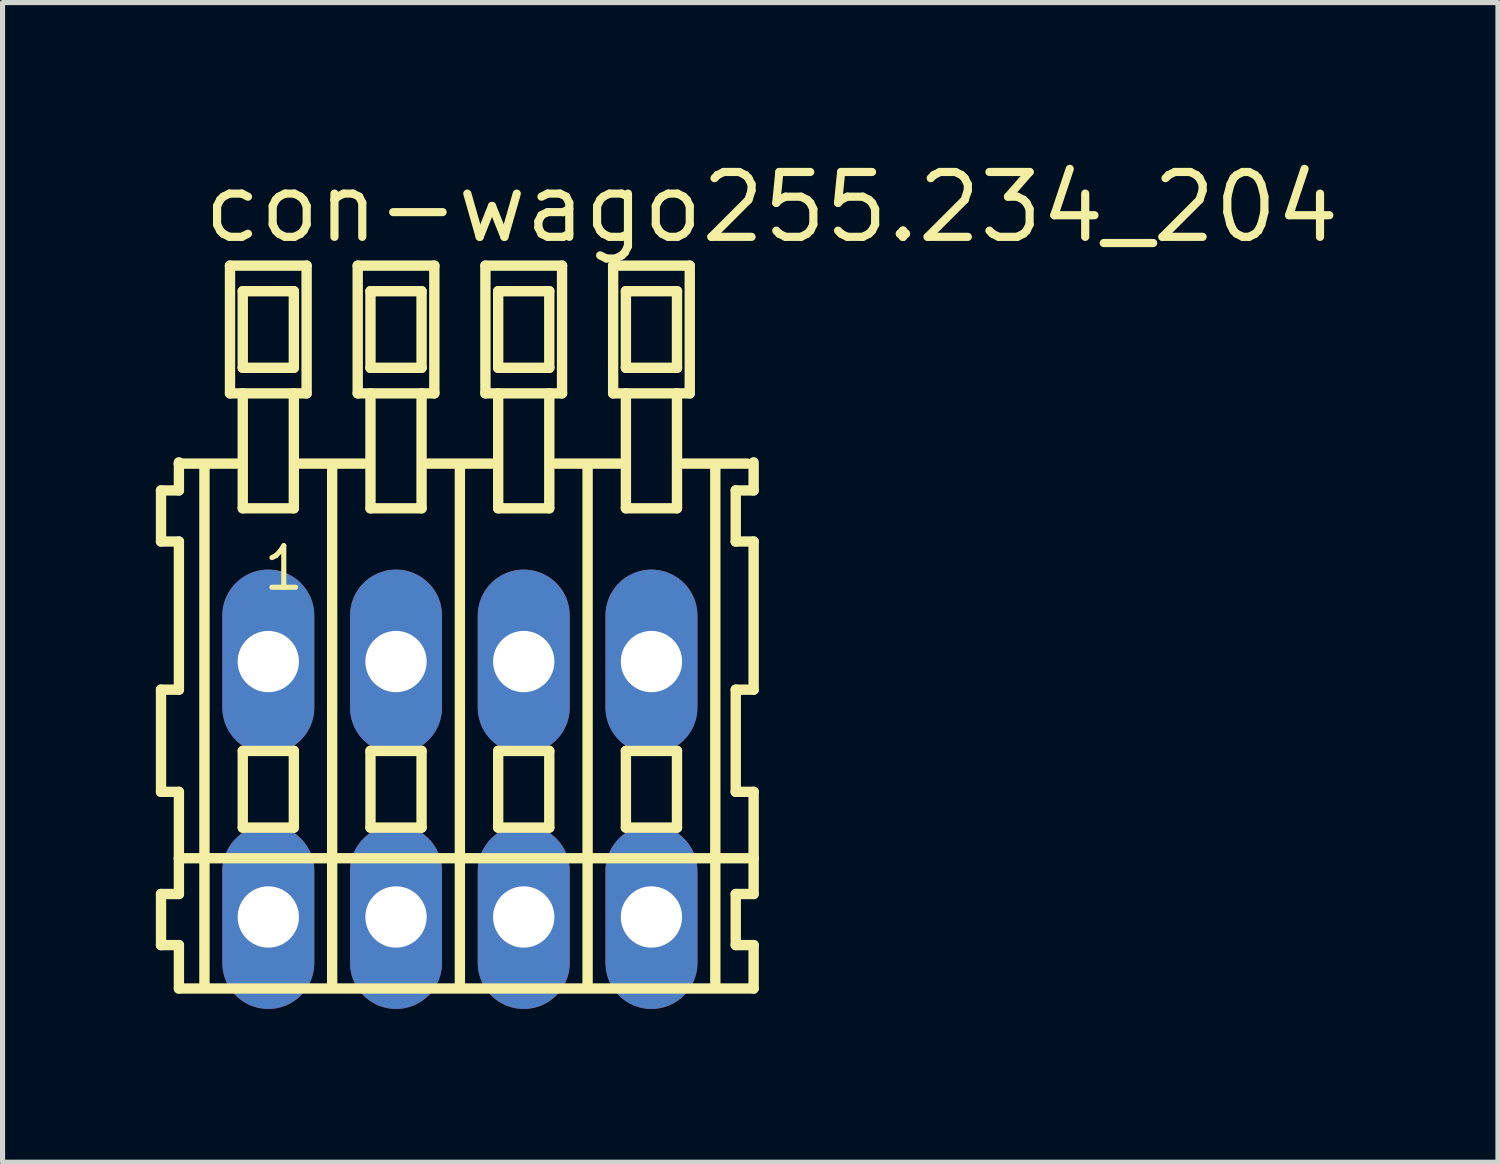
<source format=kicad_pcb>
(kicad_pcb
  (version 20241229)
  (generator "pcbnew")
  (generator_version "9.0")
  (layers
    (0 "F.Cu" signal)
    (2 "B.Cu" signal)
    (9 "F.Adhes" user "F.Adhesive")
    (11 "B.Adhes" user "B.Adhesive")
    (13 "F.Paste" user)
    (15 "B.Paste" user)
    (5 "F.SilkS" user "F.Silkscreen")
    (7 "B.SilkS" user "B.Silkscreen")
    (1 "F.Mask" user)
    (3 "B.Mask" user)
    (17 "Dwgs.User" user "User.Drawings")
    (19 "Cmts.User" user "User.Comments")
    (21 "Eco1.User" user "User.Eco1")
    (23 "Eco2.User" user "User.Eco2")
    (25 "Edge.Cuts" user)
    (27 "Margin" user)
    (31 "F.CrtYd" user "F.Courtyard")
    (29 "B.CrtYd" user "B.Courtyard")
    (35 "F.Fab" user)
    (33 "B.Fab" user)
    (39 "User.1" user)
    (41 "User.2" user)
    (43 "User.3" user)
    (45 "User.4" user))
  (footprint "con-wago255.234_204"
    (layer "F.Cu")
    (at 5.952 12.4)
    (property "Reference" "con-wago255.234_204" (at -5.1 -10.65 0) (layer "F.SilkS") (effects (font (size 1.27 1.27) (thickness 0.16)) (justify left bottom)))
    (attr through_hole)
    (fp_line (start -5.85 -5.85) (end -5.85 -4.85) (stroke (width 0.203) (type default)) (layer "F.SilkS"))
    (fp_line (start -5.85 -4.85) (end -5.5 -4.85) (stroke (width 0.203) (type default)) (layer "F.SilkS"))
    (fp_line (start -5.85 -1.95) (end -5.85 0.05) (stroke (width 0.203) (type default)) (layer "F.SilkS"))
    (fp_line (start -5.85 0.05) (end -5.5 0.05) (stroke (width 0.203) (type default)) (layer "F.SilkS"))
    (fp_line (start -5.85 2.05) (end -5.85 3.05) (stroke (width 0.203) (type default)) (layer "F.SilkS"))
    (fp_line (start -5.85 3.05) (end -5.5 3.05) (stroke (width 0.203) (type default)) (layer "F.SilkS"))
    (fp_line (start -5.5 -6.4) (end -5.5 -6.375) (stroke (width 0.203) (type default)) (layer "F.SilkS"))
    (fp_line (start -5.5 -6.375) (end -5.5 -5.85) (stroke (width 0.203) (type default)) (layer "F.SilkS"))
    (fp_line (start -5.5 -6.375) (end -4.375 -6.375) (stroke (width 0.203) (type default)) (layer "F.SilkS"))
    (fp_line (start -5.5 -5.85) (end -5.85 -5.85) (stroke (width 0.203) (type default)) (layer "F.SilkS"))
    (fp_line (start -5.5 -4.85) (end -5.5 -1.95) (stroke (width 0.203) (type default)) (layer "F.SilkS"))
    (fp_line (start -5.5 -1.95) (end -5.85 -1.95) (stroke (width 0.203) (type default)) (layer "F.SilkS"))
    (fp_line (start -5.5 0.05) (end -5.5 1.35) (stroke (width 0.203) (type default)) (layer "F.SilkS"))
    (fp_line (start -5.5 1.35) (end -5.5 2.05) (stroke (width 0.203) (type default)) (layer "F.SilkS"))
    (fp_line (start -5.5 1.35) (end 5.75 1.35) (stroke (width 0.203) (type default)) (layer "F.SilkS"))
    (fp_line (start -5.5 2.05) (end -5.85 2.05) (stroke (width 0.203) (type default)) (layer "F.SilkS"))
    (fp_line (start -5.5 3.05) (end -5.5 3.9) (stroke (width 0.203) (type default)) (layer "F.SilkS"))
    (fp_line (start -5.5 3.9) (end 5.75 3.9) (stroke (width 0.203) (type default)) (layer "F.SilkS"))
    (fp_line (start -5 -6.35) (end -5 3.8) (stroke (width 0.203) (type default)) (layer "F.SilkS"))
    (fp_line (start -4.5 -10.25) (end -4.5 -7.75) (stroke (width 0.203) (type default)) (layer "F.SilkS"))
    (fp_line (start -4.5 -7.75) (end -4.25 -7.75) (stroke (width 0.203) (type default)) (layer "F.SilkS"))
    (fp_line (start -4.25 -9.75) (end -4.25 -8.25) (stroke (width 0.203) (type default)) (layer "F.SilkS"))
    (fp_line (start -4.25 -8.25) (end -3.25 -8.25) (stroke (width 0.203) (type default)) (layer "F.SilkS"))
    (fp_line (start -4.25 -7.75) (end -4.25 -5.5) (stroke (width 0.203) (type default)) (layer "F.SilkS"))
    (fp_line (start -4.25 -7.75) (end -3.25 -7.75) (stroke (width 0.203) (type default)) (layer "F.SilkS"))
    (fp_line (start -4.25 -5.5) (end -3.25 -5.5) (stroke (width 0.203) (type default)) (layer "F.SilkS"))
    (fp_line (start -4.25 -0.75) (end -4.25 0.75) (stroke (width 0.203) (type default)) (layer "F.SilkS"))
    (fp_line (start -4.25 0.75) (end -3.25 0.75) (stroke (width 0.203) (type default)) (layer "F.SilkS"))
    (fp_line (start -3.25 -9.75) (end -4.25 -9.75) (stroke (width 0.203) (type default)) (layer "F.SilkS"))
    (fp_line (start -3.25 -8.25) (end -3.25 -9.75) (stroke (width 0.203) (type default)) (layer "F.SilkS"))
    (fp_line (start -3.25 -7.75) (end -3 -7.75) (stroke (width 0.203) (type default)) (layer "F.SilkS"))
    (fp_line (start -3.25 -5.5) (end -3.25 -7.75) (stroke (width 0.203) (type default)) (layer "F.SilkS"))
    (fp_line (start -3.25 -0.75) (end -4.25 -0.75) (stroke (width 0.203) (type default)) (layer "F.SilkS"))
    (fp_line (start -3.25 0.75) (end -3.25 -0.75) (stroke (width 0.203) (type default)) (layer "F.SilkS"))
    (fp_line (start -3.125 -6.375) (end -1.875 -6.375) (stroke (width 0.203) (type default)) (layer "F.SilkS"))
    (fp_line (start -3 -10.25) (end -4.5 -10.25) (stroke (width 0.203) (type default)) (layer "F.SilkS"))
    (fp_line (start -3 -7.75) (end -3 -10.25) (stroke (width 0.203) (type default)) (layer "F.SilkS"))
    (fp_line (start -2.5 -6.35) (end -2.5 3.8) (stroke (width 0.203) (type default)) (layer "F.SilkS"))
    (fp_line (start -2 -10.25) (end -2 -7.75) (stroke (width 0.203) (type default)) (layer "F.SilkS"))
    (fp_line (start -2 -7.75) (end -1.75 -7.75) (stroke (width 0.203) (type default)) (layer "F.SilkS"))
    (fp_line (start -1.75 -9.75) (end -1.75 -8.25) (stroke (width 0.203) (type default)) (layer "F.SilkS"))
    (fp_line (start -1.75 -8.25) (end -0.75 -8.25) (stroke (width 0.203) (type default)) (layer "F.SilkS"))
    (fp_line (start -1.75 -7.75) (end -1.75 -5.5) (stroke (width 0.203) (type default)) (layer "F.SilkS"))
    (fp_line (start -1.75 -7.75) (end -0.75 -7.75) (stroke (width 0.203) (type default)) (layer "F.SilkS"))
    (fp_line (start -1.75 -5.5) (end -0.75 -5.5) (stroke (width 0.203) (type default)) (layer "F.SilkS"))
    (fp_line (start -1.75 -0.75) (end -1.75 0.75) (stroke (width 0.203) (type default)) (layer "F.SilkS"))
    (fp_line (start -1.75 0.75) (end -0.75 0.75) (stroke (width 0.203) (type default)) (layer "F.SilkS"))
    (fp_line (start -0.75 -9.75) (end -1.75 -9.75) (stroke (width 0.203) (type default)) (layer "F.SilkS"))
    (fp_line (start -0.75 -8.25) (end -0.75 -9.75) (stroke (width 0.203) (type default)) (layer "F.SilkS"))
    (fp_line (start -0.75 -7.75) (end -0.5 -7.75) (stroke (width 0.203) (type default)) (layer "F.SilkS"))
    (fp_line (start -0.75 -5.5) (end -0.75 -7.75) (stroke (width 0.203) (type default)) (layer "F.SilkS"))
    (fp_line (start -0.75 -0.75) (end -1.75 -0.75) (stroke (width 0.203) (type default)) (layer "F.SilkS"))
    (fp_line (start -0.75 0.75) (end -0.75 -0.75) (stroke (width 0.203) (type default)) (layer "F.SilkS"))
    (fp_line (start -0.625 -6.375) (end 0.625 -6.375) (stroke (width 0.203) (type default)) (layer "F.SilkS"))
    (fp_line (start -0.5 -10.25) (end -2 -10.25) (stroke (width 0.203) (type default)) (layer "F.SilkS"))
    (fp_line (start -0.5 -7.75) (end -0.5 -10.25) (stroke (width 0.203) (type default)) (layer "F.SilkS"))
    (fp_line (start 0 -6.35) (end 0 3.8) (stroke (width 0.203) (type default)) (layer "F.SilkS"))
    (fp_line (start 0.5 -10.25) (end 0.5 -7.75) (stroke (width 0.203) (type default)) (layer "F.SilkS"))
    (fp_line (start 0.5 -7.75) (end 0.75 -7.75) (stroke (width 0.203) (type default)) (layer "F.SilkS"))
    (fp_line (start 0.75 -9.75) (end 0.75 -8.25) (stroke (width 0.203) (type default)) (layer "F.SilkS"))
    (fp_line (start 0.75 -8.25) (end 1.75 -8.25) (stroke (width 0.203) (type default)) (layer "F.SilkS"))
    (fp_line (start 0.75 -7.75) (end 0.75 -5.5) (stroke (width 0.203) (type default)) (layer "F.SilkS"))
    (fp_line (start 0.75 -7.75) (end 1.75 -7.75) (stroke (width 0.203) (type default)) (layer "F.SilkS"))
    (fp_line (start 0.75 -5.5) (end 1.75 -5.5) (stroke (width 0.203) (type default)) (layer "F.SilkS"))
    (fp_line (start 0.75 -0.75) (end 0.75 0.75) (stroke (width 0.203) (type default)) (layer "F.SilkS"))
    (fp_line (start 0.75 0.75) (end 1.75 0.75) (stroke (width 0.203) (type default)) (layer "F.SilkS"))
    (fp_line (start 1.75 -9.75) (end 0.75 -9.75) (stroke (width 0.203) (type default)) (layer "F.SilkS"))
    (fp_line (start 1.75 -8.25) (end 1.75 -9.75) (stroke (width 0.203) (type default)) (layer "F.SilkS"))
    (fp_line (start 1.75 -7.75) (end 2 -7.75) (stroke (width 0.203) (type default)) (layer "F.SilkS"))
    (fp_line (start 1.75 -5.5) (end 1.75 -7.75) (stroke (width 0.203) (type default)) (layer "F.SilkS"))
    (fp_line (start 1.75 -0.75) (end 0.75 -0.75) (stroke (width 0.203) (type default)) (layer "F.SilkS"))
    (fp_line (start 1.75 0.75) (end 1.75 -0.75) (stroke (width 0.203) (type default)) (layer "F.SilkS"))
    (fp_line (start 1.875 -6.375) (end 3.125 -6.375) (stroke (width 0.203) (type default)) (layer "F.SilkS"))
    (fp_line (start 2 -10.25) (end 0.5 -10.25) (stroke (width 0.203) (type default)) (layer "F.SilkS"))
    (fp_line (start 2 -7.75) (end 2 -10.25) (stroke (width 0.203) (type default)) (layer "F.SilkS"))
    (fp_line (start 2.5 -6.35) (end 2.5 3.8) (stroke (width 0.203) (type default)) (layer "F.SilkS"))
    (fp_line (start 3 -10.25) (end 3 -7.75) (stroke (width 0.203) (type default)) (layer "F.SilkS"))
    (fp_line (start 3 -7.75) (end 3.25 -7.75) (stroke (width 0.203) (type default)) (layer "F.SilkS"))
    (fp_line (start 3.25 -9.75) (end 3.25 -8.25) (stroke (width 0.203) (type default)) (layer "F.SilkS"))
    (fp_line (start 3.25 -8.25) (end 4.25 -8.25) (stroke (width 0.203) (type default)) (layer "F.SilkS"))
    (fp_line (start 3.25 -7.75) (end 3.25 -5.5) (stroke (width 0.203) (type default)) (layer "F.SilkS"))
    (fp_line (start 3.25 -7.75) (end 4.25 -7.75) (stroke (width 0.203) (type default)) (layer "F.SilkS"))
    (fp_line (start 3.25 -5.5) (end 4.25 -5.5) (stroke (width 0.203) (type default)) (layer "F.SilkS"))
    (fp_line (start 3.25 -0.75) (end 3.25 0.75) (stroke (width 0.203) (type default)) (layer "F.SilkS"))
    (fp_line (start 3.25 0.75) (end 4.25 0.75) (stroke (width 0.203) (type default)) (layer "F.SilkS"))
    (fp_line (start 4.25 -9.75) (end 3.25 -9.75) (stroke (width 0.203) (type default)) (layer "F.SilkS"))
    (fp_line (start 4.25 -8.25) (end 4.25 -9.75) (stroke (width 0.203) (type default)) (layer "F.SilkS"))
    (fp_line (start 4.25 -7.75) (end 4.5 -7.75) (stroke (width 0.203) (type default)) (layer "F.SilkS"))
    (fp_line (start 4.25 -5.5) (end 4.25 -7.75) (stroke (width 0.203) (type default)) (layer "F.SilkS"))
    (fp_line (start 4.25 -0.75) (end 3.25 -0.75) (stroke (width 0.203) (type default)) (layer "F.SilkS"))
    (fp_line (start 4.25 0.75) (end 4.25 -0.75) (stroke (width 0.203) (type default)) (layer "F.SilkS"))
    (fp_line (start 4.375 -6.375) (end 5.625 -6.375) (stroke (width 0.203) (type default)) (layer "F.SilkS"))
    (fp_line (start 4.5 -10.25) (end 3 -10.25) (stroke (width 0.203) (type default)) (layer "F.SilkS"))
    (fp_line (start 4.5 -7.75) (end 4.5 -10.25) (stroke (width 0.203) (type default)) (layer "F.SilkS"))
    (fp_line (start 5 -6.35) (end 5 3.8) (stroke (width 0.203) (type default)) (layer "F.SilkS"))
    (fp_line (start 5.4 -5.85) (end 5.4 -4.85) (stroke (width 0.203) (type default)) (layer "F.SilkS"))
    (fp_line (start 5.4 -4.85) (end 5.75 -4.85) (stroke (width 0.203) (type default)) (layer "F.SilkS"))
    (fp_line (start 5.4 -1.95) (end 5.4 0.05) (stroke (width 0.203) (type default)) (layer "F.SilkS"))
    (fp_line (start 5.4 0.05) (end 5.75 0.05) (stroke (width 0.203) (type default)) (layer "F.SilkS"))
    (fp_line (start 5.4 2.05) (end 5.4 3.05) (stroke (width 0.203) (type default)) (layer "F.SilkS"))
    (fp_line (start 5.4 3.05) (end 5.75 3.05) (stroke (width 0.203) (type default)) (layer "F.SilkS"))
    (fp_line (start 5.75 -5.85) (end 5.4 -5.85) (stroke (width 0.203) (type default)) (layer "F.SilkS"))
    (fp_line (start 5.75 -5.85) (end 5.75 -6.4) (stroke (width 0.203) (type default)) (layer "F.SilkS"))
    (fp_line (start 5.75 -1.95) (end 5.4 -1.95) (stroke (width 0.203) (type default)) (layer "F.SilkS"))
    (fp_line (start 5.75 -1.95) (end 5.75 -4.85) (stroke (width 0.203) (type default)) (layer "F.SilkS"))
    (fp_line (start 5.75 1.35) (end 5.75 0.05) (stroke (width 0.203) (type default)) (layer "F.SilkS"))
    (fp_line (start 5.75 2.05) (end 5.4 2.05) (stroke (width 0.203) (type default)) (layer "F.SilkS"))
    (fp_line (start 5.75 2.05) (end 5.75 1.35) (stroke (width 0.203) (type default)) (layer "F.SilkS"))
    (fp_line (start 5.75 3.9) (end 5.75 3.05) (stroke (width 0.203) (type default)) (layer "F.SilkS"))
    (fp_text user "1" (at -3.9 -3.85 0) (layer "F.SilkS") (effects (font (size 0.813 0.813) (thickness 0.1)) (justify left bottom)))
    (pad "A1" thru_hole oval (at -3.75 -2.5 90) (size 3.6 1.8) (drill 1.2) (layers "*.Cu" "*.Mask"))
    (pad "A2" thru_hole oval (at -1.25 -2.5 90) (size 3.6 1.8) (drill 1.2) (layers "*.Cu" "*.Mask"))
    (pad "A3" thru_hole oval (at 1.25 -2.5 90) (size 3.6 1.8) (drill 1.2) (layers "*.Cu" "*.Mask"))
    (pad "A4" thru_hole oval (at 3.75 -2.5 90) (size 3.6 1.8) (drill 1.2) (layers "*.Cu" "*.Mask"))
    (pad "B1" thru_hole oval (at -3.75 2.5 90) (size 3.6 1.8) (drill 1.2) (layers "*.Cu" "*.Mask"))
    (pad "B2" thru_hole oval (at -1.25 2.5 90) (size 3.6 1.8) (drill 1.2) (layers "*.Cu" "*.Mask"))
    (pad "B3" thru_hole oval (at 1.25 2.5 90) (size 3.6 1.8) (drill 1.2) (layers "*.Cu" "*.Mask"))
    (pad "B4" thru_hole oval (at 3.75 2.5 90) (size 3.6 1.8) (drill 1.2) (layers "*.Cu" "*.Mask")))
  (gr_rect
    (start -3 -3)
    (end 26.272 19.7)
    (stroke (width 0.1) (type default))
    (fill no)
    (layer "Edge.Cuts")))
</source>
